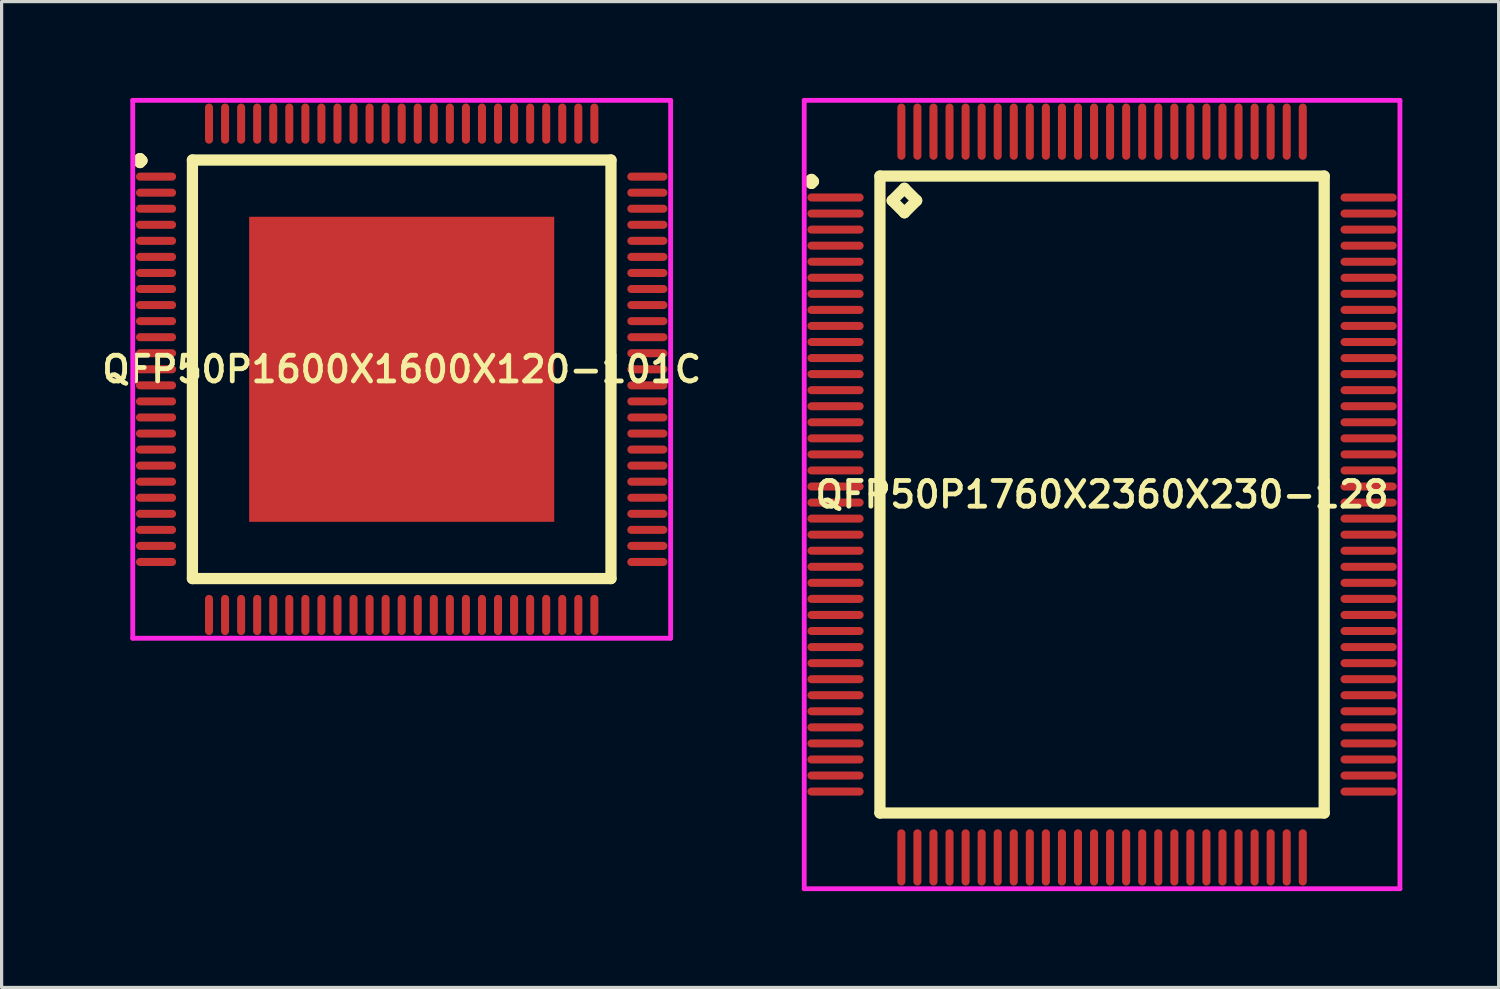
<source format=kicad_pcb>
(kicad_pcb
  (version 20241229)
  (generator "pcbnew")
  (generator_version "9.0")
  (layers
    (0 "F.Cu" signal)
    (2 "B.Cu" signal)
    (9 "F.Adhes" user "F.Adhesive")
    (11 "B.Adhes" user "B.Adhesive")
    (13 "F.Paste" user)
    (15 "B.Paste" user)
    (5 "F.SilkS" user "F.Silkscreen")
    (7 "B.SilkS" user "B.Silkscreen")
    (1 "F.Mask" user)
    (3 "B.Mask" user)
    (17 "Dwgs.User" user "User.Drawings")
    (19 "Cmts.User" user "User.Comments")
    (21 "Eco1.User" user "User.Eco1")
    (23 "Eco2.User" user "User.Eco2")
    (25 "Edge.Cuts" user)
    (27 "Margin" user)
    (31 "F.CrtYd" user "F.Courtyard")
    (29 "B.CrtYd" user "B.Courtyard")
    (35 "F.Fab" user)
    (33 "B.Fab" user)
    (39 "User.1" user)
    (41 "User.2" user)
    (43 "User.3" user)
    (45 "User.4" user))
  (footprint "QFP50P1760X2360X230-128"
    (layer "F.Cu")
    (at 31.269 12.35)
    (property "Reference" "QFP50P1760X2360X230-128" (at 0 0 0) (layer "F.SilkS") (effects (font (size 0.8 0.8) (thickness 0.15))))
    (attr smd)
    (fp_line (start -9.113 -9.75) (end -9.05 -9.812) (stroke (width 0.35) (type solid)) (layer "F.SilkS"))
    (fp_line (start -9.05 -9.812) (end -8.988 -9.75) (stroke (width 0.35) (type solid)) (layer "F.SilkS"))
    (fp_line (start -9.05 -9.688) (end -9.113 -9.75) (stroke (width 0.35) (type solid)) (layer "F.SilkS"))
    (fp_line (start -8.988 -9.75) (end -9.05 -9.688) (stroke (width 0.35) (type solid)) (layer "F.SilkS"))
    (fp_line (start -6.917 -9.917) (end -6.917 9.917) (stroke (width 0.35) (type solid)) (layer "F.SilkS"))
    (fp_line (start -6.917 9.917) (end 6.917 9.917) (stroke (width 0.35) (type solid)) (layer "F.SilkS"))
    (fp_line (start -6.536 -9.155) (end -6.155 -9.536) (stroke (width 0.35) (type solid)) (layer "F.SilkS"))
    (fp_line (start -6.155 -9.536) (end -5.774 -9.155) (stroke (width 0.35) (type solid)) (layer "F.SilkS"))
    (fp_line (start -6.155 -8.774) (end -6.536 -9.155) (stroke (width 0.35) (type solid)) (layer "F.SilkS"))
    (fp_line (start -5.774 -9.155) (end -6.155 -8.774) (stroke (width 0.35) (type solid)) (layer "F.SilkS"))
    (fp_line (start 6.917 -9.917) (end -6.917 -9.917) (stroke (width 0.35) (type solid)) (layer "F.SilkS"))
    (fp_line (start 6.917 9.917) (end 6.917 -9.917) (stroke (width 0.35) (type solid)) (layer "F.SilkS"))
    (fp_line (start -9.275 -12.275) (end 9.275 -12.275) (stroke (width 0.15) (type solid)) (layer "F.CrtYd"))
    (fp_line (start -9.275 12.275) (end -9.275 -12.275) (stroke (width 0.15) (type solid)) (layer "F.CrtYd"))
    (fp_line (start 9.275 -12.275) (end 9.275 12.275) (stroke (width 0.15) (type solid)) (layer "F.CrtYd"))
    (fp_line (start 9.275 12.275) (end -9.275 12.275) (stroke (width 0.15) (type solid)) (layer "F.CrtYd"))
    (pad "1" smd oval (at -8.3 -9.25) (size 1.75 0.25) (layers "F.Cu" "F.Mask" "F.Paste"))
    (pad "2" smd oval (at -8.3 -8.75) (size 1.75 0.25) (layers "F.Cu" "F.Mask" "F.Paste"))
    (pad "3" smd oval (at -8.3 -8.25) (size 1.75 0.25) (layers "F.Cu" "F.Mask" "F.Paste"))
    (pad "4" smd oval (at -8.3 -7.75) (size 1.75 0.25) (layers "F.Cu" "F.Mask" "F.Paste"))
    (pad "5" smd oval (at -8.3 -7.25) (size 1.75 0.25) (layers "F.Cu" "F.Mask" "F.Paste"))
    (pad "6" smd oval (at -8.3 -6.75) (size 1.75 0.25) (layers "F.Cu" "F.Mask" "F.Paste"))
    (pad "7" smd oval (at -8.3 -6.25) (size 1.75 0.25) (layers "F.Cu" "F.Mask" "F.Paste"))
    (pad "8" smd oval (at -8.3 -5.75) (size 1.75 0.25) (layers "F.Cu" "F.Mask" "F.Paste"))
    (pad "9" smd oval (at -8.3 -5.25) (size 1.75 0.25) (layers "F.Cu" "F.Mask" "F.Paste"))
    (pad "10" smd oval (at -8.3 -4.75) (size 1.75 0.25) (layers "F.Cu" "F.Mask" "F.Paste"))
    (pad "11" smd oval (at -8.3 -4.25) (size 1.75 0.25) (layers "F.Cu" "F.Mask" "F.Paste"))
    (pad "12" smd oval (at -8.3 -3.75) (size 1.75 0.25) (layers "F.Cu" "F.Mask" "F.Paste"))
    (pad "13" smd oval (at -8.3 -3.25) (size 1.75 0.25) (layers "F.Cu" "F.Mask" "F.Paste"))
    (pad "14" smd oval (at -8.3 -2.75) (size 1.75 0.25) (layers "F.Cu" "F.Mask" "F.Paste"))
    (pad "15" smd oval (at -8.3 -2.25) (size 1.75 0.25) (layers "F.Cu" "F.Mask" "F.Paste"))
    (pad "16" smd oval (at -8.3 -1.75) (size 1.75 0.25) (layers "F.Cu" "F.Mask" "F.Paste"))
    (pad "17" smd oval (at -8.3 -1.25) (size 1.75 0.25) (layers "F.Cu" "F.Mask" "F.Paste"))
    (pad "18" smd oval (at -8.3 -0.75) (size 1.75 0.25) (layers "F.Cu" "F.Mask" "F.Paste"))
    (pad "19" smd oval (at -8.3 -0.25) (size 1.75 0.25) (layers "F.Cu" "F.Mask" "F.Paste"))
    (pad "20" smd oval (at -8.3 0.25) (size 1.75 0.25) (layers "F.Cu" "F.Mask" "F.Paste"))
    (pad "21" smd oval (at -8.3 0.75) (size 1.75 0.25) (layers "F.Cu" "F.Mask" "F.Paste"))
    (pad "22" smd oval (at -8.3 1.25) (size 1.75 0.25) (layers "F.Cu" "F.Mask" "F.Paste"))
    (pad "23" smd oval (at -8.3 1.75) (size 1.75 0.25) (layers "F.Cu" "F.Mask" "F.Paste"))
    (pad "24" smd oval (at -8.3 2.25) (size 1.75 0.25) (layers "F.Cu" "F.Mask" "F.Paste"))
    (pad "25" smd oval (at -8.3 2.75) (size 1.75 0.25) (layers "F.Cu" "F.Mask" "F.Paste"))
    (pad "26" smd oval (at -8.3 3.25) (size 1.75 0.25) (layers "F.Cu" "F.Mask" "F.Paste"))
    (pad "27" smd oval (at -8.3 3.75) (size 1.75 0.25) (layers "F.Cu" "F.Mask" "F.Paste"))
    (pad "28" smd oval (at -8.3 4.25) (size 1.75 0.25) (layers "F.Cu" "F.Mask" "F.Paste"))
    (pad "29" smd oval (at -8.3 4.75) (size 1.75 0.25) (layers "F.Cu" "F.Mask" "F.Paste"))
    (pad "30" smd oval (at -8.3 5.25) (size 1.75 0.25) (layers "F.Cu" "F.Mask" "F.Paste"))
    (pad "31" smd oval (at -8.3 5.75) (size 1.75 0.25) (layers "F.Cu" "F.Mask" "F.Paste"))
    (pad "32" smd oval (at -8.3 6.25) (size 1.75 0.25) (layers "F.Cu" "F.Mask" "F.Paste"))
    (pad "33" smd oval (at -8.3 6.75) (size 1.75 0.25) (layers "F.Cu" "F.Mask" "F.Paste"))
    (pad "34" smd oval (at -8.3 7.25) (size 1.75 0.25) (layers "F.Cu" "F.Mask" "F.Paste"))
    (pad "35" smd oval (at -8.3 7.75) (size 1.75 0.25) (layers "F.Cu" "F.Mask" "F.Paste"))
    (pad "36" smd oval (at -8.3 8.25) (size 1.75 0.25) (layers "F.Cu" "F.Mask" "F.Paste"))
    (pad "37" smd oval (at -8.3 8.75) (size 1.75 0.25) (layers "F.Cu" "F.Mask" "F.Paste"))
    (pad "38" smd oval (at -8.3 9.25) (size 1.75 0.25) (layers "F.Cu" "F.Mask" "F.Paste"))
    (pad "39" smd oval (at -6.25 11.3) (size 0.25 1.75) (layers "F.Cu" "F.Mask" "F.Paste"))
    (pad "40" smd oval (at -5.75 11.3) (size 0.25 1.75) (layers "F.Cu" "F.Mask" "F.Paste"))
    (pad "41" smd oval (at -5.25 11.3) (size 0.25 1.75) (layers "F.Cu" "F.Mask" "F.Paste"))
    (pad "42" smd oval (at -4.75 11.3) (size 0.25 1.75) (layers "F.Cu" "F.Mask" "F.Paste"))
    (pad "43" smd oval (at -4.25 11.3) (size 0.25 1.75) (layers "F.Cu" "F.Mask" "F.Paste"))
    (pad "44" smd oval (at -3.75 11.3) (size 0.25 1.75) (layers "F.Cu" "F.Mask" "F.Paste"))
    (pad "45" smd oval (at -3.25 11.3) (size 0.25 1.75) (layers "F.Cu" "F.Mask" "F.Paste"))
    (pad "46" smd oval (at -2.75 11.3) (size 0.25 1.75) (layers "F.Cu" "F.Mask" "F.Paste"))
    (pad "47" smd oval (at -2.25 11.3) (size 0.25 1.75) (layers "F.Cu" "F.Mask" "F.Paste"))
    (pad "48" smd oval (at -1.75 11.3) (size 0.25 1.75) (layers "F.Cu" "F.Mask" "F.Paste"))
    (pad "49" smd oval (at -1.25 11.3) (size 0.25 1.75) (layers "F.Cu" "F.Mask" "F.Paste"))
    (pad "50" smd oval (at -0.75 11.3) (size 0.25 1.75) (layers "F.Cu" "F.Mask" "F.Paste"))
    (pad "51" smd oval (at -0.25 11.3) (size 0.25 1.75) (layers "F.Cu" "F.Mask" "F.Paste"))
    (pad "52" smd oval (at 0.25 11.3) (size 0.25 1.75) (layers "F.Cu" "F.Mask" "F.Paste"))
    (pad "53" smd oval (at 0.75 11.3) (size 0.25 1.75) (layers "F.Cu" "F.Mask" "F.Paste"))
    (pad "54" smd oval (at 1.25 11.3) (size 0.25 1.75) (layers "F.Cu" "F.Mask" "F.Paste"))
    (pad "55" smd oval (at 1.75 11.3) (size 0.25 1.75) (layers "F.Cu" "F.Mask" "F.Paste"))
    (pad "56" smd oval (at 2.25 11.3) (size 0.25 1.75) (layers "F.Cu" "F.Mask" "F.Paste"))
    (pad "57" smd oval (at 2.75 11.3) (size 0.25 1.75) (layers "F.Cu" "F.Mask" "F.Paste"))
    (pad "58" smd oval (at 3.25 11.3) (size 0.25 1.75) (layers "F.Cu" "F.Mask" "F.Paste"))
    (pad "59" smd oval (at 3.75 11.3) (size 0.25 1.75) (layers "F.Cu" "F.Mask" "F.Paste"))
    (pad "60" smd oval (at 4.25 11.3) (size 0.25 1.75) (layers "F.Cu" "F.Mask" "F.Paste"))
    (pad "61" smd oval (at 4.75 11.3) (size 0.25 1.75) (layers "F.Cu" "F.Mask" "F.Paste"))
    (pad "62" smd oval (at 5.25 11.3) (size 0.25 1.75) (layers "F.Cu" "F.Mask" "F.Paste"))
    (pad "63" smd oval (at 5.75 11.3) (size 0.25 1.75) (layers "F.Cu" "F.Mask" "F.Paste"))
    (pad "64" smd oval (at 6.25 11.3) (size 0.25 1.75) (layers "F.Cu" "F.Mask" "F.Paste"))
    (pad "65" smd oval (at 8.3 9.25) (size 1.75 0.25) (layers "F.Cu" "F.Mask" "F.Paste"))
    (pad "66" smd oval (at 8.3 8.75) (size 1.75 0.25) (layers "F.Cu" "F.Mask" "F.Paste"))
    (pad "67" smd oval (at 8.3 8.25) (size 1.75 0.25) (layers "F.Cu" "F.Mask" "F.Paste"))
    (pad "68" smd oval (at 8.3 7.75) (size 1.75 0.25) (layers "F.Cu" "F.Mask" "F.Paste"))
    (pad "69" smd oval (at 8.3 7.25) (size 1.75 0.25) (layers "F.Cu" "F.Mask" "F.Paste"))
    (pad "70" smd oval (at 8.3 6.75) (size 1.75 0.25) (layers "F.Cu" "F.Mask" "F.Paste"))
    (pad "71" smd oval (at 8.3 6.25) (size 1.75 0.25) (layers "F.Cu" "F.Mask" "F.Paste"))
    (pad "72" smd oval (at 8.3 5.75) (size 1.75 0.25) (layers "F.Cu" "F.Mask" "F.Paste"))
    (pad "73" smd oval (at 8.3 5.25) (size 1.75 0.25) (layers "F.Cu" "F.Mask" "F.Paste"))
    (pad "74" smd oval (at 8.3 4.75) (size 1.75 0.25) (layers "F.Cu" "F.Mask" "F.Paste"))
    (pad "75" smd oval (at 8.3 4.25) (size 1.75 0.25) (layers "F.Cu" "F.Mask" "F.Paste"))
    (pad "76" smd oval (at 8.3 3.75) (size 1.75 0.25) (layers "F.Cu" "F.Mask" "F.Paste"))
    (pad "77" smd oval (at 8.3 3.25) (size 1.75 0.25) (layers "F.Cu" "F.Mask" "F.Paste"))
    (pad "78" smd oval (at 8.3 2.75) (size 1.75 0.25) (layers "F.Cu" "F.Mask" "F.Paste"))
    (pad "79" smd oval (at 8.3 2.25) (size 1.75 0.25) (layers "F.Cu" "F.Mask" "F.Paste"))
    (pad "80" smd oval (at 8.3 1.75) (size 1.75 0.25) (layers "F.Cu" "F.Mask" "F.Paste"))
    (pad "81" smd oval (at 8.3 1.25) (size 1.75 0.25) (layers "F.Cu" "F.Mask" "F.Paste"))
    (pad "82" smd oval (at 8.3 0.75) (size 1.75 0.25) (layers "F.Cu" "F.Mask" "F.Paste"))
    (pad "83" smd oval (at 8.3 0.25) (size 1.75 0.25) (layers "F.Cu" "F.Mask" "F.Paste"))
    (pad "84" smd oval (at 8.3 -0.25) (size 1.75 0.25) (layers "F.Cu" "F.Mask" "F.Paste"))
    (pad "85" smd oval (at 8.3 -0.75) (size 1.75 0.25) (layers "F.Cu" "F.Mask" "F.Paste"))
    (pad "86" smd oval (at 8.3 -1.25) (size 1.75 0.25) (layers "F.Cu" "F.Mask" "F.Paste"))
    (pad "87" smd oval (at 8.3 -1.75) (size 1.75 0.25) (layers "F.Cu" "F.Mask" "F.Paste"))
    (pad "88" smd oval (at 8.3 -2.25) (size 1.75 0.25) (layers "F.Cu" "F.Mask" "F.Paste"))
    (pad "89" smd oval (at 8.3 -2.75) (size 1.75 0.25) (layers "F.Cu" "F.Mask" "F.Paste"))
    (pad "90" smd oval (at 8.3 -3.25) (size 1.75 0.25) (layers "F.Cu" "F.Mask" "F.Paste"))
    (pad "91" smd oval (at 8.3 -3.75) (size 1.75 0.25) (layers "F.Cu" "F.Mask" "F.Paste"))
    (pad "92" smd oval (at 8.3 -4.25) (size 1.75 0.25) (layers "F.Cu" "F.Mask" "F.Paste"))
    (pad "93" smd oval (at 8.3 -4.75) (size 1.75 0.25) (layers "F.Cu" "F.Mask" "F.Paste"))
    (pad "94" smd oval (at 8.3 -5.25) (size 1.75 0.25) (layers "F.Cu" "F.Mask" "F.Paste"))
    (pad "95" smd oval (at 8.3 -5.75) (size 1.75 0.25) (layers "F.Cu" "F.Mask" "F.Paste"))
    (pad "96" smd oval (at 8.3 -6.25) (size 1.75 0.25) (layers "F.Cu" "F.Mask" "F.Paste"))
    (pad "97" smd oval (at 8.3 -6.75) (size 1.75 0.25) (layers "F.Cu" "F.Mask" "F.Paste"))
    (pad "98" smd oval (at 8.3 -7.25) (size 1.75 0.25) (layers "F.Cu" "F.Mask" "F.Paste"))
    (pad "99" smd oval (at 8.3 -7.75) (size 1.75 0.25) (layers "F.Cu" "F.Mask" "F.Paste"))
    (pad "100" smd oval (at 8.3 -8.25) (size 1.75 0.25) (layers "F.Cu" "F.Mask" "F.Paste"))
    (pad "101" smd oval (at 8.3 -8.75) (size 1.75 0.25) (layers "F.Cu" "F.Mask" "F.Paste"))
    (pad "102" smd oval (at 8.3 -9.25) (size 1.75 0.25) (layers "F.Cu" "F.Mask" "F.Paste"))
    (pad "103" smd oval (at 6.25 -11.3) (size 0.25 1.75) (layers "F.Cu" "F.Mask" "F.Paste"))
    (pad "104" smd oval (at 5.75 -11.3) (size 0.25 1.75) (layers "F.Cu" "F.Mask" "F.Paste"))
    (pad "105" smd oval (at 5.25 -11.3) (size 0.25 1.75) (layers "F.Cu" "F.Mask" "F.Paste"))
    (pad "106" smd oval (at 4.75 -11.3) (size 0.25 1.75) (layers "F.Cu" "F.Mask" "F.Paste"))
    (pad "107" smd oval (at 4.25 -11.3) (size 0.25 1.75) (layers "F.Cu" "F.Mask" "F.Paste"))
    (pad "108" smd oval (at 3.75 -11.3) (size 0.25 1.75) (layers "F.Cu" "F.Mask" "F.Paste"))
    (pad "109" smd oval (at 3.25 -11.3) (size 0.25 1.75) (layers "F.Cu" "F.Mask" "F.Paste"))
    (pad "110" smd oval (at 2.75 -11.3) (size 0.25 1.75) (layers "F.Cu" "F.Mask" "F.Paste"))
    (pad "111" smd oval (at 2.25 -11.3) (size 0.25 1.75) (layers "F.Cu" "F.Mask" "F.Paste"))
    (pad "112" smd oval (at 1.75 -11.3) (size 0.25 1.75) (layers "F.Cu" "F.Mask" "F.Paste"))
    (pad "113" smd oval (at 1.25 -11.3) (size 0.25 1.75) (layers "F.Cu" "F.Mask" "F.Paste"))
    (pad "114" smd oval (at 0.75 -11.3) (size 0.25 1.75) (layers "F.Cu" "F.Mask" "F.Paste"))
    (pad "115" smd oval (at 0.25 -11.3) (size 0.25 1.75) (layers "F.Cu" "F.Mask" "F.Paste"))
    (pad "116" smd oval (at -0.25 -11.3) (size 0.25 1.75) (layers "F.Cu" "F.Mask" "F.Paste"))
    (pad "117" smd oval (at -0.75 -11.3) (size 0.25 1.75) (layers "F.Cu" "F.Mask" "F.Paste"))
    (pad "118" smd oval (at -1.25 -11.3) (size 0.25 1.75) (layers "F.Cu" "F.Mask" "F.Paste"))
    (pad "119" smd oval (at -1.75 -11.3) (size 0.25 1.75) (layers "F.Cu" "F.Mask" "F.Paste"))
    (pad "120" smd oval (at -2.25 -11.3) (size 0.25 1.75) (layers "F.Cu" "F.Mask" "F.Paste"))
    (pad "121" smd oval (at -2.75 -11.3) (size 0.25 1.75) (layers "F.Cu" "F.Mask" "F.Paste"))
    (pad "122" smd oval (at -3.25 -11.3) (size 0.25 1.75) (layers "F.Cu" "F.Mask" "F.Paste"))
    (pad "123" smd oval (at -3.75 -11.3) (size 0.25 1.75) (layers "F.Cu" "F.Mask" "F.Paste"))
    (pad "124" smd oval (at -4.25 -11.3) (size 0.25 1.75) (layers "F.Cu" "F.Mask" "F.Paste"))
    (pad "125" smd oval (at -4.75 -11.3) (size 0.25 1.75) (layers "F.Cu" "F.Mask" "F.Paste"))
    (pad "126" smd oval (at -5.25 -11.3) (size 0.25 1.75) (layers "F.Cu" "F.Mask" "F.Paste"))
    (pad "127" smd oval (at -5.75 -11.3) (size 0.25 1.75) (layers "F.Cu" "F.Mask" "F.Paste"))
    (pad "128" smd oval (at -6.25 -11.3) (size 0.25 1.75) (layers "F.Cu" "F.Mask" "F.Paste")))
  (footprint "QFP50P1600X1600X120-101C"
    (layer "F.Cu")
    (at 9.459 8.45)
    (property "Reference" "QFP50P1600X1600X120-101C" (at 0 0 0) (layer "F.SilkS") (effects (font (size 0.8 0.8) (thickness 0.15))))
    (attr smd)
    (fp_line (start -8.213 -6.5) (end -8.15 -6.562) (stroke (width 0.35) (type solid)) (layer "F.SilkS"))
    (fp_line (start -8.15 -6.562) (end -8.088 -6.5) (stroke (width 0.35) (type solid)) (layer "F.SilkS"))
    (fp_line (start -8.15 -6.438) (end -8.213 -6.5) (stroke (width 0.35) (type solid)) (layer "F.SilkS"))
    (fp_line (start -8.088 -6.5) (end -8.15 -6.438) (stroke (width 0.35) (type solid)) (layer "F.SilkS"))
    (fp_line (start -6.517 -6.517) (end -6.517 6.517) (stroke (width 0.35) (type solid)) (layer "F.SilkS"))
    (fp_line (start -6.517 6.517) (end 6.517 6.517) (stroke (width 0.35) (type solid)) (layer "F.SilkS"))
    (fp_line (start 6.517 -6.517) (end -6.517 -6.517) (stroke (width 0.35) (type solid)) (layer "F.SilkS"))
    (fp_line (start 6.517 6.517) (end 6.517 -6.517) (stroke (width 0.35) (type solid)) (layer "F.SilkS"))
    (fp_line (start -8.375 -8.375) (end 8.375 -8.375) (stroke (width 0.15) (type solid)) (layer "F.CrtYd"))
    (fp_line (start -8.375 8.375) (end -8.375 -8.375) (stroke (width 0.15) (type solid)) (layer "F.CrtYd"))
    (fp_line (start 8.375 -8.375) (end 8.375 8.375) (stroke (width 0.15) (type solid)) (layer "F.CrtYd"))
    (fp_line (start 8.375 8.375) (end -8.375 8.375) (stroke (width 0.15) (type solid)) (layer "F.CrtYd"))
    (pad "1" smd oval (at -7.65 -6) (size 1.25 0.25) (layers "F.Cu" "F.Mask" "F.Paste"))
    (pad "2" smd oval (at -7.65 -5.5) (size 1.25 0.25) (layers "F.Cu" "F.Mask" "F.Paste"))
    (pad "3" smd oval (at -7.65 -5) (size 1.25 0.25) (layers "F.Cu" "F.Mask" "F.Paste"))
    (pad "4" smd oval (at -7.65 -4.5) (size 1.25 0.25) (layers "F.Cu" "F.Mask" "F.Paste"))
    (pad "5" smd oval (at -7.65 -4) (size 1.25 0.25) (layers "F.Cu" "F.Mask" "F.Paste"))
    (pad "6" smd oval (at -7.65 -3.5) (size 1.25 0.25) (layers "F.Cu" "F.Mask" "F.Paste"))
    (pad "7" smd oval (at -7.65 -3) (size 1.25 0.25) (layers "F.Cu" "F.Mask" "F.Paste"))
    (pad "8" smd oval (at -7.65 -2.5) (size 1.25 0.25) (layers "F.Cu" "F.Mask" "F.Paste"))
    (pad "9" smd oval (at -7.65 -2) (size 1.25 0.25) (layers "F.Cu" "F.Mask" "F.Paste"))
    (pad "10" smd oval (at -7.65 -1.5) (size 1.25 0.25) (layers "F.Cu" "F.Mask" "F.Paste"))
    (pad "11" smd oval (at -7.65 -1) (size 1.25 0.25) (layers "F.Cu" "F.Mask" "F.Paste"))
    (pad "12" smd oval (at -7.65 -0.5) (size 1.25 0.25) (layers "F.Cu" "F.Mask" "F.Paste"))
    (pad "13" smd oval (at -7.65 0) (size 1.25 0.25) (layers "F.Cu" "F.Mask" "F.Paste"))
    (pad "14" smd oval (at -7.65 0.5) (size 1.25 0.25) (layers "F.Cu" "F.Mask" "F.Paste"))
    (pad "15" smd oval (at -7.65 1) (size 1.25 0.25) (layers "F.Cu" "F.Mask" "F.Paste"))
    (pad "16" smd oval (at -7.65 1.5) (size 1.25 0.25) (layers "F.Cu" "F.Mask" "F.Paste"))
    (pad "17" smd oval (at -7.65 2) (size 1.25 0.25) (layers "F.Cu" "F.Mask" "F.Paste"))
    (pad "18" smd oval (at -7.65 2.5) (size 1.25 0.25) (layers "F.Cu" "F.Mask" "F.Paste"))
    (pad "19" smd oval (at -7.65 3) (size 1.25 0.25) (layers "F.Cu" "F.Mask" "F.Paste"))
    (pad "20" smd oval (at -7.65 3.5) (size 1.25 0.25) (layers "F.Cu" "F.Mask" "F.Paste"))
    (pad "21" smd oval (at -7.65 4) (size 1.25 0.25) (layers "F.Cu" "F.Mask" "F.Paste"))
    (pad "22" smd oval (at -7.65 4.5) (size 1.25 0.25) (layers "F.Cu" "F.Mask" "F.Paste"))
    (pad "23" smd oval (at -7.65 5) (size 1.25 0.25) (layers "F.Cu" "F.Mask" "F.Paste"))
    (pad "24" smd oval (at -7.65 5.5) (size 1.25 0.25) (layers "F.Cu" "F.Mask" "F.Paste"))
    (pad "25" smd oval (at -7.65 6) (size 1.25 0.25) (layers "F.Cu" "F.Mask" "F.Paste"))
    (pad "26" smd oval (at -6 7.65) (size 0.25 1.25) (layers "F.Cu" "F.Mask" "F.Paste"))
    (pad "27" smd oval (at -5.5 7.65) (size 0.25 1.25) (layers "F.Cu" "F.Mask" "F.Paste"))
    (pad "28" smd oval (at -5 7.65) (size 0.25 1.25) (layers "F.Cu" "F.Mask" "F.Paste"))
    (pad "29" smd oval (at -4.5 7.65) (size 0.25 1.25) (layers "F.Cu" "F.Mask" "F.Paste"))
    (pad "30" smd oval (at -4 7.65) (size 0.25 1.25) (layers "F.Cu" "F.Mask" "F.Paste"))
    (pad "31" smd oval (at -3.5 7.65) (size 0.25 1.25) (layers "F.Cu" "F.Mask" "F.Paste"))
    (pad "32" smd oval (at -3 7.65) (size 0.25 1.25) (layers "F.Cu" "F.Mask" "F.Paste"))
    (pad "33" smd oval (at -2.5 7.65) (size 0.25 1.25) (layers "F.Cu" "F.Mask" "F.Paste"))
    (pad "34" smd oval (at -2 7.65) (size 0.25 1.25) (layers "F.Cu" "F.Mask" "F.Paste"))
    (pad "35" smd oval (at -1.5 7.65) (size 0.25 1.25) (layers "F.Cu" "F.Mask" "F.Paste"))
    (pad "36" smd oval (at -1 7.65) (size 0.25 1.25) (layers "F.Cu" "F.Mask" "F.Paste"))
    (pad "37" smd oval (at -0.5 7.65) (size 0.25 1.25) (layers "F.Cu" "F.Mask" "F.Paste"))
    (pad "38" smd oval (at 0 7.65) (size 0.25 1.25) (layers "F.Cu" "F.Mask" "F.Paste"))
    (pad "39" smd oval (at 0.5 7.65) (size 0.25 1.25) (layers "F.Cu" "F.Mask" "F.Paste"))
    (pad "40" smd oval (at 1 7.65) (size 0.25 1.25) (layers "F.Cu" "F.Mask" "F.Paste"))
    (pad "41" smd oval (at 1.5 7.65) (size 0.25 1.25) (layers "F.Cu" "F.Mask" "F.Paste"))
    (pad "42" smd oval (at 2 7.65) (size 0.25 1.25) (layers "F.Cu" "F.Mask" "F.Paste"))
    (pad "43" smd oval (at 2.5 7.65) (size 0.25 1.25) (layers "F.Cu" "F.Mask" "F.Paste"))
    (pad "44" smd oval (at 3 7.65) (size 0.25 1.25) (layers "F.Cu" "F.Mask" "F.Paste"))
    (pad "45" smd oval (at 3.5 7.65) (size 0.25 1.25) (layers "F.Cu" "F.Mask" "F.Paste"))
    (pad "46" smd oval (at 4 7.65) (size 0.25 1.25) (layers "F.Cu" "F.Mask" "F.Paste"))
    (pad "47" smd oval (at 4.5 7.65) (size 0.25 1.25) (layers "F.Cu" "F.Mask" "F.Paste"))
    (pad "48" smd oval (at 5 7.65) (size 0.25 1.25) (layers "F.Cu" "F.Mask" "F.Paste"))
    (pad "49" smd oval (at 5.5 7.65) (size 0.25 1.25) (layers "F.Cu" "F.Mask" "F.Paste"))
    (pad "50" smd oval (at 6 7.65) (size 0.25 1.25) (layers "F.Cu" "F.Mask" "F.Paste"))
    (pad "51" smd oval (at 7.65 6) (size 1.25 0.25) (layers "F.Cu" "F.Mask" "F.Paste"))
    (pad "52" smd oval (at 7.65 5.5) (size 1.25 0.25) (layers "F.Cu" "F.Mask" "F.Paste"))
    (pad "53" smd oval (at 7.65 5) (size 1.25 0.25) (layers "F.Cu" "F.Mask" "F.Paste"))
    (pad "54" smd oval (at 7.65 4.5) (size 1.25 0.25) (layers "F.Cu" "F.Mask" "F.Paste"))
    (pad "55" smd oval (at 7.65 4) (size 1.25 0.25) (layers "F.Cu" "F.Mask" "F.Paste"))
    (pad "56" smd oval (at 7.65 3.5) (size 1.25 0.25) (layers "F.Cu" "F.Mask" "F.Paste"))
    (pad "57" smd oval (at 7.65 3) (size 1.25 0.25) (layers "F.Cu" "F.Mask" "F.Paste"))
    (pad "58" smd oval (at 7.65 2.5) (size 1.25 0.25) (layers "F.Cu" "F.Mask" "F.Paste"))
    (pad "59" smd oval (at 7.65 2) (size 1.25 0.25) (layers "F.Cu" "F.Mask" "F.Paste"))
    (pad "60" smd oval (at 7.65 1.5) (size 1.25 0.25) (layers "F.Cu" "F.Mask" "F.Paste"))
    (pad "61" smd oval (at 7.65 1) (size 1.25 0.25) (layers "F.Cu" "F.Mask" "F.Paste"))
    (pad "62" smd oval (at 7.65 0.5) (size 1.25 0.25) (layers "F.Cu" "F.Mask" "F.Paste"))
    (pad "63" smd oval (at 7.65 0) (size 1.25 0.25) (layers "F.Cu" "F.Mask" "F.Paste"))
    (pad "64" smd oval (at 7.65 -0.5) (size 1.25 0.25) (layers "F.Cu" "F.Mask" "F.Paste"))
    (pad "65" smd oval (at 7.65 -1) (size 1.25 0.25) (layers "F.Cu" "F.Mask" "F.Paste"))
    (pad "66" smd oval (at 7.65 -1.5) (size 1.25 0.25) (layers "F.Cu" "F.Mask" "F.Paste"))
    (pad "67" smd oval (at 7.65 -2) (size 1.25 0.25) (layers "F.Cu" "F.Mask" "F.Paste"))
    (pad "68" smd oval (at 7.65 -2.5) (size 1.25 0.25) (layers "F.Cu" "F.Mask" "F.Paste"))
    (pad "69" smd oval (at 7.65 -3) (size 1.25 0.25) (layers "F.Cu" "F.Mask" "F.Paste"))
    (pad "70" smd oval (at 7.65 -3.5) (size 1.25 0.25) (layers "F.Cu" "F.Mask" "F.Paste"))
    (pad "71" smd oval (at 7.65 -4) (size 1.25 0.25) (layers "F.Cu" "F.Mask" "F.Paste"))
    (pad "72" smd oval (at 7.65 -4.5) (size 1.25 0.25) (layers "F.Cu" "F.Mask" "F.Paste"))
    (pad "73" smd oval (at 7.65 -5) (size 1.25 0.25) (layers "F.Cu" "F.Mask" "F.Paste"))
    (pad "74" smd oval (at 7.65 -5.5) (size 1.25 0.25) (layers "F.Cu" "F.Mask" "F.Paste"))
    (pad "75" smd oval (at 7.65 -6) (size 1.25 0.25) (layers "F.Cu" "F.Mask" "F.Paste"))
    (pad "76" smd oval (at 6 -7.65) (size 0.25 1.25) (layers "F.Cu" "F.Mask" "F.Paste"))
    (pad "77" smd oval (at 5.5 -7.65) (size 0.25 1.25) (layers "F.Cu" "F.Mask" "F.Paste"))
    (pad "78" smd oval (at 5 -7.65) (size 0.25 1.25) (layers "F.Cu" "F.Mask" "F.Paste"))
    (pad "79" smd oval (at 4.5 -7.65) (size 0.25 1.25) (layers "F.Cu" "F.Mask" "F.Paste"))
    (pad "80" smd oval (at 4 -7.65) (size 0.25 1.25) (layers "F.Cu" "F.Mask" "F.Paste"))
    (pad "81" smd oval (at 3.5 -7.65) (size 0.25 1.25) (layers "F.Cu" "F.Mask" "F.Paste"))
    (pad "82" smd oval (at 3 -7.65) (size 0.25 1.25) (layers "F.Cu" "F.Mask" "F.Paste"))
    (pad "83" smd oval (at 2.5 -7.65) (size 0.25 1.25) (layers "F.Cu" "F.Mask" "F.Paste"))
    (pad "84" smd oval (at 2 -7.65) (size 0.25 1.25) (layers "F.Cu" "F.Mask" "F.Paste"))
    (pad "85" smd oval (at 1.5 -7.65) (size 0.25 1.25) (layers "F.Cu" "F.Mask" "F.Paste"))
    (pad "86" smd oval (at 1 -7.65) (size 0.25 1.25) (layers "F.Cu" "F.Mask" "F.Paste"))
    (pad "87" smd oval (at 0.5 -7.65) (size 0.25 1.25) (layers "F.Cu" "F.Mask" "F.Paste"))
    (pad "88" smd oval (at 0 -7.65) (size 0.25 1.25) (layers "F.Cu" "F.Mask" "F.Paste"))
    (pad "89" smd oval (at -0.5 -7.65) (size 0.25 1.25) (layers "F.Cu" "F.Mask" "F.Paste"))
    (pad "90" smd oval (at -1 -7.65) (size 0.25 1.25) (layers "F.Cu" "F.Mask" "F.Paste"))
    (pad "91" smd oval (at -1.5 -7.65) (size 0.25 1.25) (layers "F.Cu" "F.Mask" "F.Paste"))
    (pad "92" smd oval (at -2 -7.65) (size 0.25 1.25) (layers "F.Cu" "F.Mask" "F.Paste"))
    (pad "93" smd oval (at -2.5 -7.65) (size 0.25 1.25) (layers "F.Cu" "F.Mask" "F.Paste"))
    (pad "94" smd oval (at -3 -7.65) (size 0.25 1.25) (layers "F.Cu" "F.Mask" "F.Paste"))
    (pad "95" smd oval (at -3.5 -7.65) (size 0.25 1.25) (layers "F.Cu" "F.Mask" "F.Paste"))
    (pad "96" smd oval (at -4 -7.65) (size 0.25 1.25) (layers "F.Cu" "F.Mask" "F.Paste"))
    (pad "97" smd oval (at -4.5 -7.65) (size 0.25 1.25) (layers "F.Cu" "F.Mask" "F.Paste"))
    (pad "98" smd oval (at -5 -7.65) (size 0.25 1.25) (layers "F.Cu" "F.Mask" "F.Paste"))
    (pad "99" smd oval (at -5.5 -7.65) (size 0.25 1.25) (layers "F.Cu" "F.Mask" "F.Paste"))
    (pad "100" smd oval (at -6 -7.65) (size 0.25 1.25) (layers "F.Cu" "F.Mask" "F.Paste"))
    (pad "101" smd rect (at 0 0) (size 9.5 9.5) (layers "F.Cu" "F.Mask" "F.Paste")))
  (gr_rect
    (start -3 -3)
    (end 43.619 27.7)
    (stroke (width 0.1) (type default))
    (fill no)
    (layer "Edge.Cuts")))
</source>
